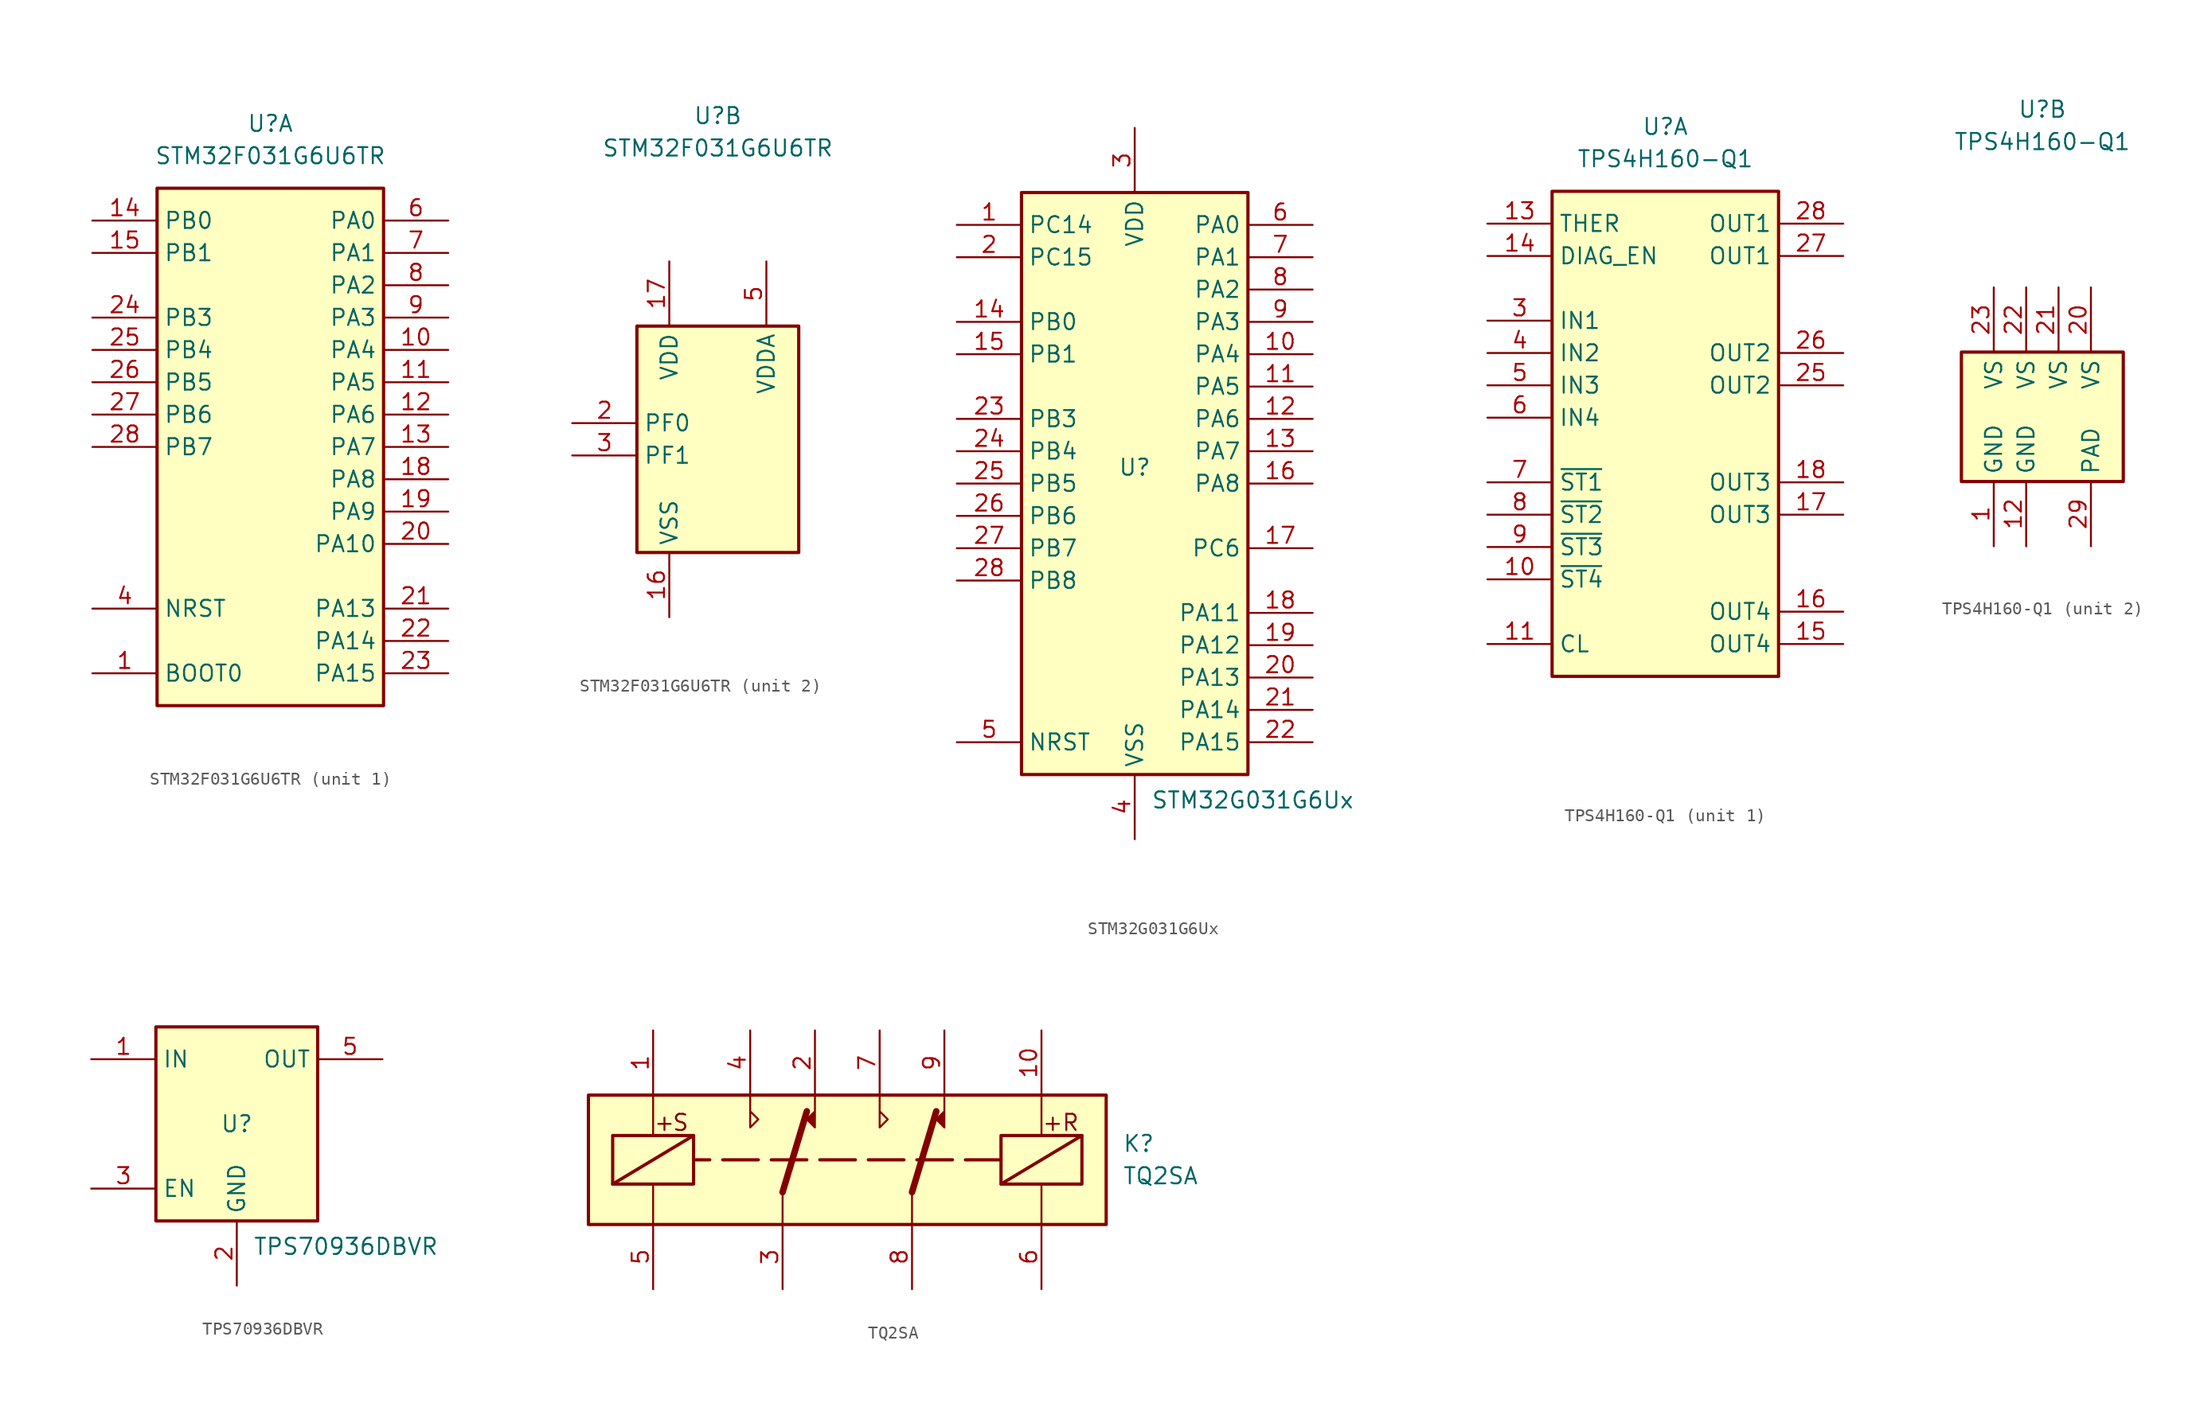
<source format=kicad_sym>
(kicad_symbol_lib
  (version 20220914)
  (generator kicad_symbol_editor)
  (symbol "STM32F031G6U6TR"
    (property "Reference" "U"
      (at 0 25.4 0)
      (effects (font (size 1.27 1.27))))
    (property "Value" "STM32F031G6U6TR"
      (at 0 22.86 0)
      (effects (font (size 1.27 1.27))))
    (property "ki_locked" ""
      (at 0 0 0)
      (effects (font (size 1.27 1.27))))
    (symbol "STM32F031G6U6TR_1_1"
      (rectangle (start -8.89 20.32) (end 8.89 -20.32) (stroke (width 0.254) (type default)) (fill (type background)))
      (pin input line (at -13.97 -17.78 0) (length 5.08) (name "BOOT0" (effects (font (size 1.27 1.27)))) (number "1" (effects (font (size 1.27 1.27)))))
      (pin bidirectional line (at 13.97 7.62 180) (length 5.08) (name "PA4" (effects (font (size 1.27 1.27)))) (number "10" (effects (font (size 1.27 1.27)))))
      (pin bidirectional line (at 13.97 5.08 180) (length 5.08) (name "PA5" (effects (font (size 1.27 1.27)))) (number "11" (effects (font (size 1.27 1.27)))))
      (pin bidirectional line (at 13.97 2.54 180) (length 5.08) (name "PA6" (effects (font (size 1.27 1.27)))) (number "12" (effects (font (size 1.27 1.27)))))
      (pin bidirectional line (at 13.97 0 180) (length 5.08) (name "PA7" (effects (font (size 1.27 1.27)))) (number "13" (effects (font (size 1.27 1.27)))))
      (pin bidirectional line (at -13.97 17.78 0) (length 5.08) (name "PB0" (effects (font (size 1.27 1.27)))) (number "14" (effects (font (size 1.27 1.27)))))
      (pin bidirectional line (at -13.97 15.24 0) (length 5.08) (name "PB1" (effects (font (size 1.27 1.27)))) (number "15" (effects (font (size 1.27 1.27)))))
      (pin bidirectional line (at 13.97 -2.54 180) (length 5.08) (name "PA8" (effects (font (size 1.27 1.27)))) (number "18" (effects (font (size 1.27 1.27)))))
      (pin bidirectional line (at 13.97 -5.08 180) (length 5.08) (name "PA9" (effects (font (size 1.27 1.27)))) (number "19" (effects (font (size 1.27 1.27)))))
      (pin bidirectional line (at 13.97 -7.62 180) (length 5.08) (name "PA10" (effects (font (size 1.27 1.27)))) (number "20" (effects (font (size 1.27 1.27)))))
      (pin bidirectional line (at 13.97 -12.7 180) (length 5.08) (name "PA13" (effects (font (size 1.27 1.27)))) (number "21" (effects (font (size 1.27 1.27)))))
      (pin bidirectional line (at 13.97 -15.24 180) (length 5.08) (name "PA14" (effects (font (size 1.27 1.27)))) (number "22" (effects (font (size 1.27 1.27)))))
      (pin bidirectional line (at 13.97 -17.78 180) (length 5.08) (name "PA15" (effects (font (size 1.27 1.27)))) (number "23" (effects (font (size 1.27 1.27)))))
      (pin bidirectional line (at -13.97 10.16 0) (length 5.08) (name "PB3" (effects (font (size 1.27 1.27)))) (number "24" (effects (font (size 1.27 1.27)))))
      (pin bidirectional line (at -13.97 7.62 0) (length 5.08) (name "PB4" (effects (font (size 1.27 1.27)))) (number "25" (effects (font (size 1.27 1.27)))))
      (pin bidirectional line (at -13.97 5.08 0) (length 5.08) (name "PB5" (effects (font (size 1.27 1.27)))) (number "26" (effects (font (size 1.27 1.27)))))
      (pin bidirectional line (at -13.97 2.54 0) (length 5.08) (name "PB6" (effects (font (size 1.27 1.27)))) (number "27" (effects (font (size 1.27 1.27)))))
      (pin bidirectional line (at -13.97 0 0) (length 5.08) (name "PB7" (effects (font (size 1.27 1.27)))) (number "28" (effects (font (size 1.27 1.27)))))
      (pin input line (at -13.97 -12.7 0) (length 5.08) (name "NRST" (effects (font (size 1.27 1.27)))) (number "4" (effects (font (size 1.27 1.27)))))
      (pin bidirectional line (at 13.97 17.78 180) (length 5.08) (name "PA0" (effects (font (size 1.27 1.27)))) (number "6" (effects (font (size 1.27 1.27)))))
      (pin bidirectional line (at 13.97 15.24 180) (length 5.08) (name "PA1" (effects (font (size 1.27 1.27)))) (number "7" (effects (font (size 1.27 1.27)))))
      (pin bidirectional line (at 13.97 12.7 180) (length 5.08) (name "PA2" (effects (font (size 1.27 1.27)))) (number "8" (effects (font (size 1.27 1.27)))))
      (pin bidirectional line (at 13.97 10.16 180) (length 5.08) (name "PA3" (effects (font (size 1.27 1.27)))) (number "9" (effects (font (size 1.27 1.27))))))
    (symbol "STM32F031G6U6TR_2_1"
      (rectangle (start -6.35 8.89) (end 6.35 -8.89) (stroke (width 0.254) (type default)) (fill (type background)))
      (pin power_in line (at -3.81 -13.97 90) (length 5.08) (name "VSS" (effects (font (size 1.27 1.27)))) (number "16" (effects (font (size 1.27 1.27)))))
      (pin power_in line (at -3.81 13.97 270) (length 5.08) (name "VDD" (effects (font (size 1.27 1.27)))) (number "17" (effects (font (size 1.27 1.27)))))
      (pin bidirectional line (at -11.43 1.27 0) (length 5.08) (name "PF0" (effects (font (size 1.27 1.27)))) (number "2" (effects (font (size 1.27 1.27)))))
      (pin bidirectional line (at -11.43 -1.27 0) (length 5.08) (name "PF1" (effects (font (size 1.27 1.27)))) (number "3" (effects (font (size 1.27 1.27)))))
      (pin power_in line (at 3.81 13.97 270) (length 5.08) (name "VDDA" (effects (font (size 1.27 1.27)))) (number "5" (effects (font (size 1.27 1.27)))))))
  (symbol "STM32G031G6Ux"
    (property "Reference" "U"
      (at 0 1.27 0)
      (do_not_autoplace)
      (effects (font (size 1.27 1.27))))
    (property "Value" "STM32G031G6Ux"
      (at 1.27 -24.13 0)
      (do_not_autoplace)
      (effects (font (size 1.27 1.27)) (justify left top)))
    (symbol "STM32G031G6Ux_0_1"
      (rectangle (start -8.89 22.86) (end 8.89 -22.86) (stroke (width 0.254) (type default)) (fill (type background))))
    (symbol "STM32G031G6Ux_1_1"
      (pin bidirectional line (at -13.97 20.32 0) (length 5.08) (name "PC14" (effects (font (size 1.27 1.27)))) (number "1" (effects (font (size 1.27 1.27)))))
      (pin bidirectional line (at 13.97 10.16 180) (length 5.08) (name "PA4" (effects (font (size 1.27 1.27)))) (number "10" (effects (font (size 1.27 1.27)))))
      (pin bidirectional line (at 13.97 7.62 180) (length 5.08) (name "PA5" (effects (font (size 1.27 1.27)))) (number "11" (effects (font (size 1.27 1.27)))))
      (pin bidirectional line (at 13.97 5.08 180) (length 5.08) (name "PA6" (effects (font (size 1.27 1.27)))) (number "12" (effects (font (size 1.27 1.27)))))
      (pin bidirectional line (at 13.97 2.54 180) (length 5.08) (name "PA7" (effects (font (size 1.27 1.27)))) (number "13" (effects (font (size 1.27 1.27)))))
      (pin bidirectional line (at -13.97 12.7 0) (length 5.08) (name "PB0" (effects (font (size 1.27 1.27)))) (number "14" (effects (font (size 1.27 1.27)))))
      (pin bidirectional line (at -13.97 10.16 0) (length 5.08) (name "PB1" (effects (font (size 1.27 1.27)))) (number "15" (effects (font (size 1.27 1.27)))))
      (pin bidirectional line (at 13.97 0 180) (length 5.08) (name "PA8" (effects (font (size 1.27 1.27)))) (number "16" (effects (font (size 1.27 1.27)))))
      (pin bidirectional line (at 13.97 -5.08 180) (length 5.08) (name "PC6" (effects (font (size 1.27 1.27)))) (number "17" (effects (font (size 1.27 1.27)))))
      (pin bidirectional line (at 13.97 -10.16 180) (length 5.08) (name "PA11" (effects (font (size 1.27 1.27)))) (number "18" (effects (font (size 1.27 1.27)))))
      (pin bidirectional line (at 13.97 -12.7 180) (length 5.08) (name "PA12" (effects (font (size 1.27 1.27)))) (number "19" (effects (font (size 1.27 1.27)))))
      (pin bidirectional line (at -13.97 17.78 0) (length 5.08) (name "PC15" (effects (font (size 1.27 1.27)))) (number "2" (effects (font (size 1.27 1.27)))))
      (pin bidirectional line (at 13.97 -15.24 180) (length 5.08) (name "PA13" (effects (font (size 1.27 1.27)))) (number "20" (effects (font (size 1.27 1.27)))))
      (pin bidirectional line (at 13.97 -17.78 180) (length 5.08) (name "PA14" (effects (font (size 1.27 1.27)))) (number "21" (effects (font (size 1.27 1.27)))))
      (pin bidirectional line (at 13.97 -20.32 180) (length 5.08) (name "PA15" (effects (font (size 1.27 1.27)))) (number "22" (effects (font (size 1.27 1.27)))))
      (pin bidirectional line (at -13.97 5.08 0) (length 5.08) (name "PB3" (effects (font (size 1.27 1.27)))) (number "23" (effects (font (size 1.27 1.27)))))
      (pin bidirectional line (at -13.97 2.54 0) (length 5.08) (name "PB4" (effects (font (size 1.27 1.27)))) (number "24" (effects (font (size 1.27 1.27)))))
      (pin bidirectional line (at -13.97 0 0) (length 5.08) (name "PB5" (effects (font (size 1.27 1.27)))) (number "25" (effects (font (size 1.27 1.27)))))
      (pin bidirectional line (at -13.97 -2.54 0) (length 5.08) (name "PB6" (effects (font (size 1.27 1.27)))) (number "26" (effects (font (size 1.27 1.27)))))
      (pin bidirectional line (at -13.97 -5.08 0) (length 5.08) (name "PB7" (effects (font (size 1.27 1.27)))) (number "27" (effects (font (size 1.27 1.27)))))
      (pin bidirectional line (at -13.97 -7.62 0) (length 5.08) (name "PB8" (effects (font (size 1.27 1.27)))) (number "28" (effects (font (size 1.27 1.27)))))
      (pin power_in line (at 0 27.94 270) (length 5.08) (name "VDD" (effects (font (size 1.27 1.27)))) (number "3" (effects (font (size 1.27 1.27)))))
      (pin power_in line (at 0 -27.94 90) (length 5.08) (name "VSS" (effects (font (size 1.27 1.27)))) (number "4" (effects (font (size 1.27 1.27)))))
      (pin bidirectional line (at -13.97 -20.32 0) (length 5.08) (name "NRST" (effects (font (size 1.27 1.27)))) (number "5" (effects (font (size 1.27 1.27)))))
      (pin bidirectional line (at 13.97 20.32 180) (length 5.08) (name "PA0" (effects (font (size 1.27 1.27)))) (number "6" (effects (font (size 1.27 1.27)))))
      (pin bidirectional line (at 13.97 17.78 180) (length 5.08) (name "PA1" (effects (font (size 1.27 1.27)))) (number "7" (effects (font (size 1.27 1.27)))))
      (pin bidirectional line (at 13.97 15.24 180) (length 5.08) (name "PA2" (effects (font (size 1.27 1.27)))) (number "8" (effects (font (size 1.27 1.27)))))
      (pin bidirectional line (at 13.97 12.7 180) (length 5.08) (name "PA3" (effects (font (size 1.27 1.27)))) (number "9" (effects (font (size 1.27 1.27)))))))
  (symbol "TPS4H160-Q1"
    (property "Reference" "U"
      (at 0 24.13 0)
      (effects (font (size 1.27 1.27))))
    (property "Value" "TPS4H160-Q1"
      (at 0 21.59 0)
      (effects (font (size 1.27 1.27))))
    (property "ki_locked" ""
      (at 0 0 0)
      (effects (font (size 1.27 1.27))))
    (symbol "TPS4H160-Q1_1_1"
      (rectangle (start -8.89 19.05) (end 8.89 -19.05) (stroke (width 0.254) (type default)) (fill (type background)))
      (pin open_collector line (at -13.97 -11.43 0) (length 5.08) (name "~{ST4}" (effects (font (size 1.27 1.27)))) (number "10" (effects (font (size 1.27 1.27)))))
      (pin output line (at -13.97 -16.51 0) (length 5.08) (name "CL" (effects (font (size 1.27 1.27)))) (number "11" (effects (font (size 1.27 1.27)))))
      (pin input line (at -13.97 16.51 0) (length 5.08) (name "THER" (effects (font (size 1.27 1.27)))) (number "13" (effects (font (size 1.27 1.27)))))
      (pin input line (at -13.97 13.97 0) (length 5.08) (name "DIAG_EN" (effects (font (size 1.27 1.27)))) (number "14" (effects (font (size 1.27 1.27)))))
      (pin power_out line (at 13.97 -16.51 180) (length 5.08) (name "OUT4" (effects (font (size 1.27 1.27)))) (number "15" (effects (font (size 1.27 1.27)))))
      (pin power_out line (at 13.97 -13.97 180) (length 5.08) (name "OUT4" (effects (font (size 1.27 1.27)))) (number "16" (effects (font (size 1.27 1.27)))))
      (pin power_out line (at 13.97 -6.35 180) (length 5.08) (name "OUT3" (effects (font (size 1.27 1.27)))) (number "17" (effects (font (size 1.27 1.27)))))
      (pin power_out line (at 13.97 -3.81 180) (length 5.08) (name "OUT3" (effects (font (size 1.27 1.27)))) (number "18" (effects (font (size 1.27 1.27)))))
      (pin no_connect line (at 0 -24.13 90) (length 5.08) hide (name "" (effects (font (size 1.27 1.27)))) (number "19" (effects (font (size 1.27 1.27)))))
      (pin no_connect line (at -2.54 -24.13 90) (length 5.08) hide (name "" (effects (font (size 1.27 1.27)))) (number "2" (effects (font (size 1.27 1.27)))))
      (pin no_connect line (at 2.54 -24.13 90) (length 5.08) hide (name "" (effects (font (size 1.27 1.27)))) (number "24" (effects (font (size 1.27 1.27)))))
      (pin power_out line (at 13.97 3.81 180) (length 5.08) (name "OUT2" (effects (font (size 1.27 1.27)))) (number "25" (effects (font (size 1.27 1.27)))))
      (pin power_out line (at 13.97 6.35 180) (length 5.08) (name "OUT2" (effects (font (size 1.27 1.27)))) (number "26" (effects (font (size 1.27 1.27)))))
      (pin power_out line (at 13.97 13.97 180) (length 5.08) (name "OUT1" (effects (font (size 1.27 1.27)))) (number "27" (effects (font (size 1.27 1.27)))))
      (pin power_out line (at 13.97 16.51 180) (length 5.08) (name "OUT1" (effects (font (size 1.27 1.27)))) (number "28" (effects (font (size 1.27 1.27)))))
      (pin input line (at -13.97 8.89 0) (length 5.08) (name "IN1" (effects (font (size 1.27 1.27)))) (number "3" (effects (font (size 1.27 1.27)))))
      (pin input line (at -13.97 6.35 0) (length 5.08) (name "IN2" (effects (font (size 1.27 1.27)))) (number "4" (effects (font (size 1.27 1.27)))))
      (pin input line (at -13.97 3.81 0) (length 5.08) (name "IN3" (effects (font (size 1.27 1.27)))) (number "5" (effects (font (size 1.27 1.27)))))
      (pin input line (at -13.97 1.27 0) (length 5.08) (name "IN4" (effects (font (size 1.27 1.27)))) (number "6" (effects (font (size 1.27 1.27)))))
      (pin open_collector line (at -13.97 -3.81 0) (length 5.08) (name "~{ST1}" (effects (font (size 1.27 1.27)))) (number "7" (effects (font (size 1.27 1.27)))))
      (pin open_collector line (at -13.97 -6.35 0) (length 5.08) (name "~{ST2}" (effects (font (size 1.27 1.27)))) (number "8" (effects (font (size 1.27 1.27)))))
      (pin open_collector line (at -13.97 -8.89 0) (length 5.08) (name "~{ST3}" (effects (font (size 1.27 1.27)))) (number "9" (effects (font (size 1.27 1.27))))))
    (symbol "TPS4H160-Q1_2_1"
      (rectangle (start -6.35 5.08) (end 6.35 -5.08) (stroke (width 0.254) (type default)) (fill (type background)))
      (pin power_in line (at -3.81 -10.16 90) (length 5.08) (name "GND" (effects (font (size 1.27 1.27)))) (number "1" (effects (font (size 1.27 1.27)))))
      (pin power_in line (at -1.27 -10.16 90) (length 5.08) (name "GND" (effects (font (size 1.27 1.27)))) (number "12" (effects (font (size 1.27 1.27)))))
      (pin power_in line (at 3.81 10.16 270) (length 5.08) (name "VS" (effects (font (size 1.27 1.27)))) (number "20" (effects (font (size 1.27 1.27)))))
      (pin power_in line (at 1.27 10.16 270) (length 5.08) (name "VS" (effects (font (size 1.27 1.27)))) (number "21" (effects (font (size 1.27 1.27)))))
      (pin power_in line (at -1.27 10.16 270) (length 5.08) (name "VS" (effects (font (size 1.27 1.27)))) (number "22" (effects (font (size 1.27 1.27)))))
      (pin power_in line (at -3.81 10.16 270) (length 5.08) (name "VS" (effects (font (size 1.27 1.27)))) (number "23" (effects (font (size 1.27 1.27)))))
      (pin power_in line (at 3.81 -10.16 90) (length 5.08) (name "PAD" (effects (font (size 1.27 1.27)))) (number "29" (effects (font (size 1.27 1.27)))))))
  (symbol "TPS70936DBVR"
    (property "Reference" "U"
      (at 0 0 0)
      (do_not_autoplace)
      (effects (font (size 1.27 1.27))))
    (property "Value" "TPS70936DBVR"
      (at 1.27 -8.89 0)
      (do_not_autoplace)
      (effects (font (size 1.27 1.27)) (justify left top)))
    (symbol "TPS70936DBVR_0_1"
      (rectangle (start -6.35 7.62) (end 6.35 -7.62) (stroke (width 0.254) (type default)) (fill (type background))))
    (symbol "TPS70936DBVR_1_1"
      (pin power_in line (at -11.43 5.08 0) (length 5.08) (name "IN" (effects (font (size 1.27 1.27)))) (number "1" (effects (font (size 1.27 1.27)))))
      (pin power_in line (at 0 -12.7 90) (length 5.08) (name "GND" (effects (font (size 1.27 1.27)))) (number "2" (effects (font (size 1.27 1.27)))))
      (pin input line (at -11.43 -5.08 0) (length 5.08) (name "EN" (effects (font (size 1.27 1.27)))) (number "3" (effects (font (size 1.27 1.27)))))
      (pin no_connect line (at 11.43 -5.08 180) (length 5.08) hide (name "NC" (effects (font (size 1.27 1.27)))) (number "4" (effects (font (size 1.27 1.27)))))
      (pin power_out line (at 11.43 5.08 180) (length 5.08) (name "OUT" (effects (font (size 1.27 1.27)))) (number "5" (effects (font (size 1.27 1.27)))))))
  (symbol "TQ2SA"
    (property "Reference" "K"
      (at 21.59 1.27 0)
      (do_not_autoplace)
      (effects (font (size 1.27 1.27)) (justify left)))
    (property "Value" "TQ2SA"
      (at 21.59 -1.27 0)
      (do_not_autoplace)
      (effects (font (size 1.27 1.27)) (justify left)))
    (symbol "TQ2SA_0_1"
      (polyline (pts (xy 12.065 0) (xy -12.065 0)) (stroke (width 0.254) (type dash)) (fill (type none))))
    (symbol "TQ2SA_1_1"
      (rectangle (start -20.32 5.08) (end 20.32 -5.08) (stroke (width 0.254) (type default)) (fill (type background)))
      (rectangle (start -18.415 1.905) (end -12.065 -1.905) (stroke (width 0.254) (type default)) (fill (type none)))
      (polyline (pts (xy -18.415 -1.905) (xy -12.065 1.905)) (stroke (width 0.254) (type default)) (fill (type none)))
      (polyline (pts (xy -15.24 -5.08) (xy -15.24 -1.905)) (stroke (width 0) (type default)) (fill (type none)))
      (polyline (pts (xy -15.24 5.08) (xy -15.24 1.905)) (stroke (width 0) (type default)) (fill (type none)))
      (polyline (pts (xy -5.08 -2.54) (xy -5.08 -5.08)) (stroke (width 0) (type default)) (fill (type none)))
      (polyline (pts (xy -5.08 -2.54) (xy -3.175 3.81)) (stroke (width 0.508) (type default)) (fill (type none)))
      (polyline (pts (xy 5.08 -2.54) (xy 5.08 -5.08)) (stroke (width 0) (type default)) (fill (type none)))
      (polyline (pts (xy 5.08 -2.54) (xy 6.985 3.81)) (stroke (width 0.508) (type default)) (fill (type none)))
      (polyline (pts (xy 12.065 -1.905) (xy 18.415 1.905)) (stroke (width 0.254) (type default)) (fill (type none)))
      (polyline (pts (xy 15.24 -5.08) (xy 15.24 -1.905)) (stroke (width 0) (type default)) (fill (type none)))
      (polyline (pts (xy 15.24 5.08) (xy 15.24 1.905)) (stroke (width 0) (type default)) (fill (type none)))
      (polyline (pts (xy -7.62 5.08) (xy -7.62 2.54) (xy -6.985 3.175) (xy -7.62 3.81)) (stroke (width 0) (type default)) (fill (type none)))
      (polyline (pts (xy -2.54 5.08) (xy -2.54 2.54) (xy -3.175 3.175) (xy -2.54 3.81)) (stroke (width 0) (type default)) (fill (type outline)))
      (polyline (pts (xy 2.54 5.08) (xy 2.54 2.54) (xy 3.175 3.175) (xy 2.54 3.81)) (stroke (width 0) (type default)) (fill (type none)))
      (polyline (pts (xy 7.62 5.08) (xy 7.62 2.54) (xy 6.985 3.175) (xy 7.62 3.81)) (stroke (width 0) (type default)) (fill (type outline)))
      (rectangle (start 12.065 1.905) (end 18.415 -1.905) (stroke (width 0.254) (type default)) (fill (type none)))
      (text "+" (at -14.351 2.921 0) (effects (font (size 1.27 1.27))))
      (text "+" (at 16.129 2.921 0) (effects (font (size 1.27 1.27))))
      (text "R" (at 17.526 2.921 0) (effects (font (size 1.27 1.27))))
      (text "S" (at -13.081 2.921 0) (effects (font (size 1.27 1.27))))
      (pin passive line (at -15.24 10.16 270) (length 5.08) (name "~" (effects (font (size 1.27 1.27)))) (number "1" (effects (font (size 1.27 1.27)))))
      (pin passive line (at 15.24 10.16 270) (length 5.08) (name "~" (effects (font (size 1.27 1.27)))) (number "10" (effects (font (size 1.27 1.27)))))
      (pin passive line (at -2.54 10.16 270) (length 5.08) (name "~" (effects (font (size 1.27 1.27)))) (number "2" (effects (font (size 1.27 1.27)))))
      (pin passive line (at -5.08 -10.16 90) (length 5.08) (name "~" (effects (font (size 1.27 1.27)))) (number "3" (effects (font (size 1.27 1.27)))))
      (pin passive line (at -7.62 10.16 270) (length 5.08) (name "~" (effects (font (size 1.27 1.27)))) (number "4" (effects (font (size 1.27 1.27)))))
      (pin passive line (at -15.24 -10.16 90) (length 5.08) (name "~" (effects (font (size 1.27 1.27)))) (number "5" (effects (font (size 1.27 1.27)))))
      (pin passive line (at 15.24 -10.16 90) (length 5.08) (name "~" (effects (font (size 1.27 1.27)))) (number "6" (effects (font (size 1.27 1.27)))))
      (pin passive line (at 2.54 10.16 270) (length 5.08) (name "~" (effects (font (size 1.27 1.27)))) (number "7" (effects (font (size 1.27 1.27)))))
      (pin passive line (at 5.08 -10.16 90) (length 5.08) (name "~" (effects (font (size 1.27 1.27)))) (number "8" (effects (font (size 1.27 1.27)))))
      (pin passive line (at 7.62 10.16 270) (length 5.08) (name "~" (effects (font (size 1.27 1.27)))) (number "9" (effects (font (size 1.27 1.27))))))))
</source>
